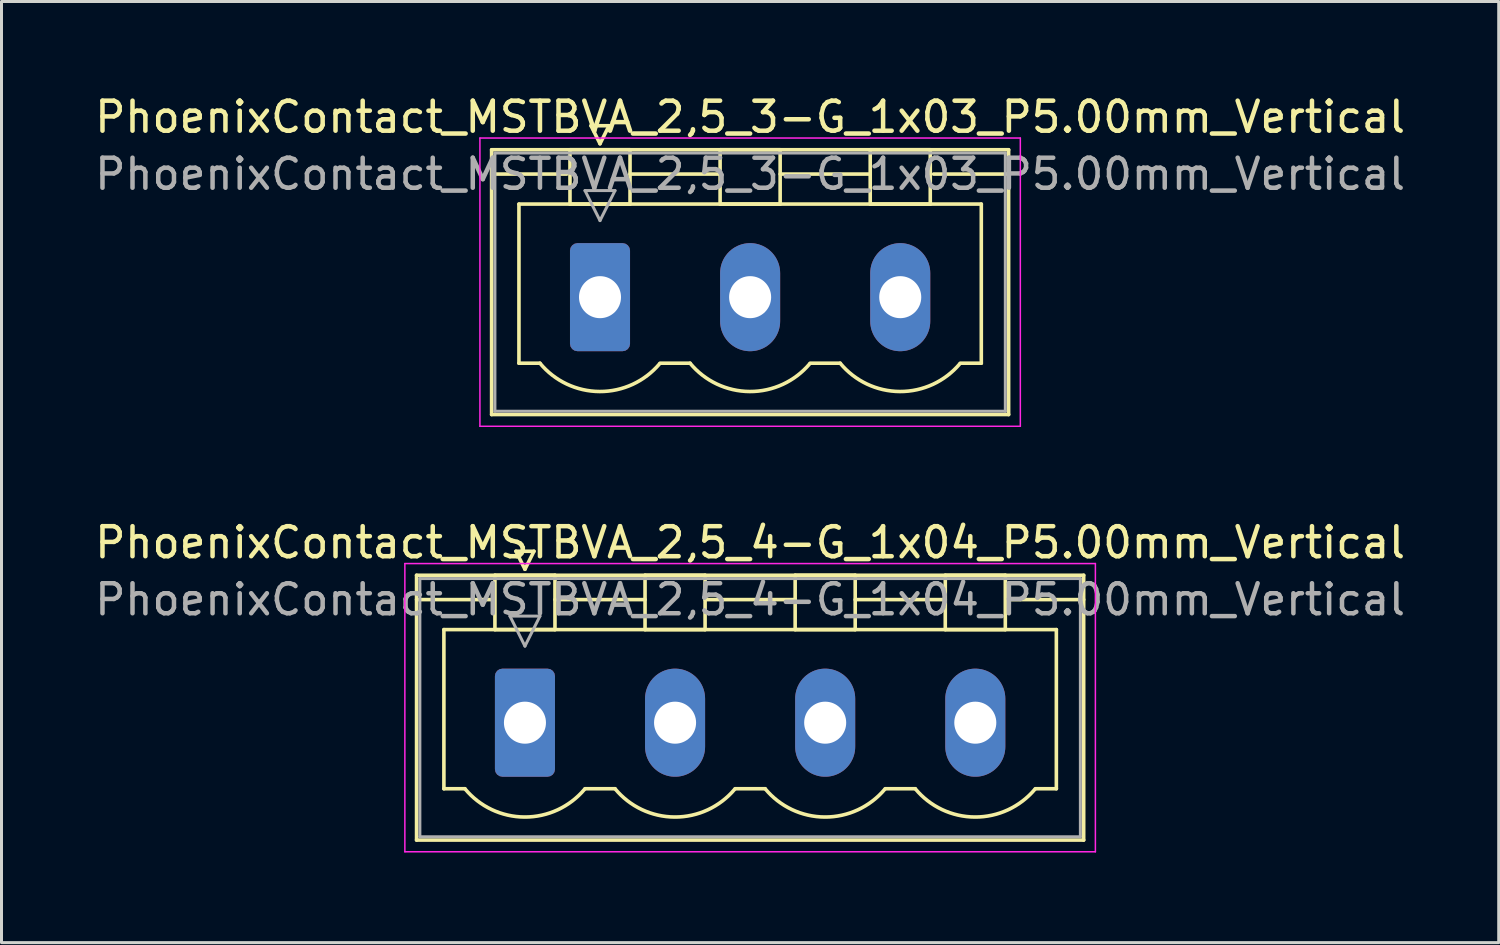
<source format=kicad_pcb>
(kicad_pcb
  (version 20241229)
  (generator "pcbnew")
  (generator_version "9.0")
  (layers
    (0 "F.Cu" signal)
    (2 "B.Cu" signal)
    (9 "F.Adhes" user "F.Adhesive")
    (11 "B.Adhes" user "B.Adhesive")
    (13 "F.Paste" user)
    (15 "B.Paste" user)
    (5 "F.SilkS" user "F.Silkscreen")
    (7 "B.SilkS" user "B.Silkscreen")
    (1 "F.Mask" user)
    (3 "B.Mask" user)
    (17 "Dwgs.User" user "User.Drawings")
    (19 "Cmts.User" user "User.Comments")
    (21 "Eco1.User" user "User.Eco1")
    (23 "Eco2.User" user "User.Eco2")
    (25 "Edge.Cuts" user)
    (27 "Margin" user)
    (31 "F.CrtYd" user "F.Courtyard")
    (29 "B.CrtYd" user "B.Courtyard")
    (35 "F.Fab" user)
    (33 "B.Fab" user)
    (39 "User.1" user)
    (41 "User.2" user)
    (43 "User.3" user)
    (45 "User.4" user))
  (footprint "PhoenixContact_MSTBVA_2,5_3-G_1x03_P5.00mm_Vertical"
    (layer "F.Cu")
    (at 16.935 6.848)
    (property "Reference" "PhoenixContact_MSTBVA_2,5_3-G_1x03_P5.00mm_Vertical" (at 5 -6 0) (layer "F.SilkS") (effects (font (size 1 1) (thickness 0.15))))
    (attr through_hole)
    (fp_line (start -3.61 -4.91) (end -3.61 3.91) (stroke (width 0.12) (type solid)) (layer "F.SilkS"))
    (fp_line (start -3.61 -4.1) (end -1.11 -4.1) (stroke (width 0.12) (type solid)) (layer "F.SilkS"))
    (fp_line (start -3.61 3.91) (end 13.61 3.91) (stroke (width 0.12) (type solid)) (layer "F.SilkS"))
    (fp_line (start -2.7 -3.1) (end 12.7 -3.1) (stroke (width 0.12) (type solid)) (layer "F.SilkS"))
    (fp_line (start -2.7 2.2) (end -2.7 -3.1) (stroke (width 0.12) (type solid)) (layer "F.SilkS"))
    (fp_line (start -2 2.2) (end -2.7 2.2) (stroke (width 0.12) (type solid)) (layer "F.SilkS"))
    (fp_line (start -1 -4.91) (end 1 -4.91) (stroke (width 0.12) (type solid)) (layer "F.SilkS"))
    (fp_line (start -1 -3.1) (end -1 -4.91) (stroke (width 0.12) (type solid)) (layer "F.SilkS"))
    (fp_line (start -0.3 -5.71) (end 0.3 -5.71) (stroke (width 0.12) (type solid)) (layer "F.SilkS"))
    (fp_line (start 0 -5.11) (end -0.3 -5.71) (stroke (width 0.12) (type solid)) (layer "F.SilkS"))
    (fp_line (start 0.3 -5.71) (end 0 -5.11) (stroke (width 0.12) (type solid)) (layer "F.SilkS"))
    (fp_line (start 1 -4.91) (end 1 -3.1) (stroke (width 0.12) (type solid)) (layer "F.SilkS"))
    (fp_line (start 1 -4.1) (end 4 -4.1) (stroke (width 0.12) (type solid)) (layer "F.SilkS"))
    (fp_line (start 1 -3.1) (end -1 -3.1) (stroke (width 0.12) (type solid)) (layer "F.SilkS"))
    (fp_line (start 2 2.2) (end 3 2.2) (stroke (width 0.12) (type solid)) (layer "F.SilkS"))
    (fp_line (start 4 -4.91) (end 6 -4.91) (stroke (width 0.12) (type solid)) (layer "F.SilkS"))
    (fp_line (start 4 -3.1) (end 4 -4.91) (stroke (width 0.12) (type solid)) (layer "F.SilkS"))
    (fp_line (start 6 -4.91) (end 6 -3.1) (stroke (width 0.12) (type solid)) (layer "F.SilkS"))
    (fp_line (start 6 -4.1) (end 9 -4.1) (stroke (width 0.12) (type solid)) (layer "F.SilkS"))
    (fp_line (start 6 -3.1) (end 4 -3.1) (stroke (width 0.12) (type solid)) (layer "F.SilkS"))
    (fp_line (start 7 2.2) (end 8 2.2) (stroke (width 0.12) (type solid)) (layer "F.SilkS"))
    (fp_line (start 9 -4.91) (end 11 -4.91) (stroke (width 0.12) (type solid)) (layer "F.SilkS"))
    (fp_line (start 9 -3.1) (end 9 -4.91) (stroke (width 0.12) (type solid)) (layer "F.SilkS"))
    (fp_line (start 11 -4.91) (end 11 -3.1) (stroke (width 0.12) (type solid)) (layer "F.SilkS"))
    (fp_line (start 11 -3.1) (end 9 -3.1) (stroke (width 0.12) (type solid)) (layer "F.SilkS"))
    (fp_line (start 12.7 -3.1) (end 12.7 2.2) (stroke (width 0.12) (type solid)) (layer "F.SilkS"))
    (fp_line (start 12.7 2.2) (end 12 2.2) (stroke (width 0.12) (type solid)) (layer "F.SilkS"))
    (fp_line (start 13.61 -4.91) (end -3.61 -4.91) (stroke (width 0.12) (type solid)) (layer "F.SilkS"))
    (fp_line (start 13.61 -4.1) (end 11.11 -4.1) (stroke (width 0.12) (type solid)) (layer "F.SilkS"))
    (fp_line (start 13.61 3.91) (end 13.61 -4.91) (stroke (width 0.12) (type solid)) (layer "F.SilkS"))
    (fp_arc (start 1.986842 2.215821) (mid -0.010289 3.142758) (end -2 2.2) (stroke (width 0.12) (type solid)) (layer "F.SilkS"))
    (fp_arc (start 6.986842 2.215821) (mid 4.989711 3.142758) (end 3 2.2) (stroke (width 0.12) (type solid)) (layer "F.SilkS"))
    (fp_arc (start 11.986842 2.215821) (mid 9.989711 3.142758) (end 8 2.2) (stroke (width 0.12) (type solid)) (layer "F.SilkS"))
    (fp_line (start -4 -5.3) (end -4 4.3) (stroke (width 0.05) (type solid)) (layer "F.CrtYd"))
    (fp_line (start -4 4.3) (end 14 4.3) (stroke (width 0.05) (type solid)) (layer "F.CrtYd"))
    (fp_line (start 14 -5.3) (end -4 -5.3) (stroke (width 0.05) (type solid)) (layer "F.CrtYd"))
    (fp_line (start 14 4.3) (end 14 -5.3) (stroke (width 0.05) (type solid)) (layer "F.CrtYd"))
    (fp_line (start -3.5 -4.8) (end -3.5 3.8) (stroke (width 0.1) (type solid)) (layer "F.Fab"))
    (fp_line (start -3.5 3.8) (end 13.5 3.8) (stroke (width 0.1) (type solid)) (layer "F.Fab"))
    (fp_line (start -0.5 -3.55) (end 0.5 -3.55) (stroke (width 0.1) (type solid)) (layer "F.Fab"))
    (fp_line (start 0 -2.55) (end -0.5 -3.55) (stroke (width 0.1) (type solid)) (layer "F.Fab"))
    (fp_line (start 0.5 -3.55) (end 0 -2.55) (stroke (width 0.1) (type solid)) (layer "F.Fab"))
    (fp_line (start 13.5 -4.8) (end -3.5 -4.8) (stroke (width 0.1) (type solid)) (layer "F.Fab"))
    (fp_line (start 13.5 3.8) (end 13.5 -4.8) (stroke (width 0.1) (type solid)) (layer "F.Fab"))
    (fp_text user "${REFERENCE}" (at 5 -4.1 0) (layer "F.Fab") (effects (font (size 1 1) (thickness 0.15))))
    (pad "1" thru_hole roundrect (at 0 0) (size 2 3.6) (drill 1.4) (layers "*.Cu" "*.Mask") (roundrect_rratio 0.125))
    (pad "2" thru_hole oval (at 5 0) (size 2 3.6) (drill 1.4) (layers "*.Cu" "*.Mask"))
    (pad "3" thru_hole oval (at 10 0) (size 2 3.6) (drill 1.4) (layers "*.Cu" "*.Mask")))
  (footprint "PhoenixContact_MSTBVA_2,5_4-G_1x04_P5.00mm_Vertical"
    (layer "F.Cu")
    (at 14.435 21.021)
    (property "Reference" "PhoenixContact_MSTBVA_2,5_4-G_1x04_P5.00mm_Vertical" (at 7.5 -6 0) (layer "F.SilkS") (effects (font (size 1 1) (thickness 0.15))))
    (attr through_hole)
    (fp_line (start -3.61 -4.91) (end -3.61 3.91) (stroke (width 0.12) (type solid)) (layer "F.SilkS"))
    (fp_line (start -3.61 -4.1) (end -1.11 -4.1) (stroke (width 0.12) (type solid)) (layer "F.SilkS"))
    (fp_line (start -3.61 3.91) (end 18.61 3.91) (stroke (width 0.12) (type solid)) (layer "F.SilkS"))
    (fp_line (start -2.7 -3.1) (end 17.7 -3.1) (stroke (width 0.12) (type solid)) (layer "F.SilkS"))
    (fp_line (start -2.7 2.2) (end -2.7 -3.1) (stroke (width 0.12) (type solid)) (layer "F.SilkS"))
    (fp_line (start -2 2.2) (end -2.7 2.2) (stroke (width 0.12) (type solid)) (layer "F.SilkS"))
    (fp_line (start -1 -4.91) (end 1 -4.91) (stroke (width 0.12) (type solid)) (layer "F.SilkS"))
    (fp_line (start -1 -3.1) (end -1 -4.91) (stroke (width 0.12) (type solid)) (layer "F.SilkS"))
    (fp_line (start -0.3 -5.71) (end 0.3 -5.71) (stroke (width 0.12) (type solid)) (layer "F.SilkS"))
    (fp_line (start 0 -5.11) (end -0.3 -5.71) (stroke (width 0.12) (type solid)) (layer "F.SilkS"))
    (fp_line (start 0.3 -5.71) (end 0 -5.11) (stroke (width 0.12) (type solid)) (layer "F.SilkS"))
    (fp_line (start 1 -4.91) (end 1 -3.1) (stroke (width 0.12) (type solid)) (layer "F.SilkS"))
    (fp_line (start 1 -4.1) (end 4 -4.1) (stroke (width 0.12) (type solid)) (layer "F.SilkS"))
    (fp_line (start 1 -3.1) (end -1 -3.1) (stroke (width 0.12) (type solid)) (layer "F.SilkS"))
    (fp_line (start 2 2.2) (end 3 2.2) (stroke (width 0.12) (type solid)) (layer "F.SilkS"))
    (fp_line (start 4 -4.91) (end 6 -4.91) (stroke (width 0.12) (type solid)) (layer "F.SilkS"))
    (fp_line (start 4 -3.1) (end 4 -4.91) (stroke (width 0.12) (type solid)) (layer "F.SilkS"))
    (fp_line (start 6 -4.91) (end 6 -3.1) (stroke (width 0.12) (type solid)) (layer "F.SilkS"))
    (fp_line (start 6 -4.1) (end 9 -4.1) (stroke (width 0.12) (type solid)) (layer "F.SilkS"))
    (fp_line (start 6 -3.1) (end 4 -3.1) (stroke (width 0.12) (type solid)) (layer "F.SilkS"))
    (fp_line (start 7 2.2) (end 8 2.2) (stroke (width 0.12) (type solid)) (layer "F.SilkS"))
    (fp_line (start 9 -4.91) (end 11 -4.91) (stroke (width 0.12) (type solid)) (layer "F.SilkS"))
    (fp_line (start 9 -3.1) (end 9 -4.91) (stroke (width 0.12) (type solid)) (layer "F.SilkS"))
    (fp_line (start 11 -4.91) (end 11 -3.1) (stroke (width 0.12) (type solid)) (layer "F.SilkS"))
    (fp_line (start 11 -4.1) (end 14 -4.1) (stroke (width 0.12) (type solid)) (layer "F.SilkS"))
    (fp_line (start 11 -3.1) (end 9 -3.1) (stroke (width 0.12) (type solid)) (layer "F.SilkS"))
    (fp_line (start 12 2.2) (end 13 2.2) (stroke (width 0.12) (type solid)) (layer "F.SilkS"))
    (fp_line (start 14 -4.91) (end 16 -4.91) (stroke (width 0.12) (type solid)) (layer "F.SilkS"))
    (fp_line (start 14 -3.1) (end 14 -4.91) (stroke (width 0.12) (type solid)) (layer "F.SilkS"))
    (fp_line (start 16 -4.91) (end 16 -3.1) (stroke (width 0.12) (type solid)) (layer "F.SilkS"))
    (fp_line (start 16 -3.1) (end 14 -3.1) (stroke (width 0.12) (type solid)) (layer "F.SilkS"))
    (fp_line (start 17.7 -3.1) (end 17.7 2.2) (stroke (width 0.12) (type solid)) (layer "F.SilkS"))
    (fp_line (start 17.7 2.2) (end 17 2.2) (stroke (width 0.12) (type solid)) (layer "F.SilkS"))
    (fp_line (start 18.61 -4.91) (end -3.61 -4.91) (stroke (width 0.12) (type solid)) (layer "F.SilkS"))
    (fp_line (start 18.61 -4.1) (end 16.11 -4.1) (stroke (width 0.12) (type solid)) (layer "F.SilkS"))
    (fp_line (start 18.61 3.91) (end 18.61 -4.91) (stroke (width 0.12) (type solid)) (layer "F.SilkS"))
    (fp_arc (start 1.986842 2.215821) (mid -0.010289 3.142758) (end -2 2.2) (stroke (width 0.12) (type solid)) (layer "F.SilkS"))
    (fp_arc (start 6.986842 2.215821) (mid 4.989711 3.142758) (end 3 2.2) (stroke (width 0.12) (type solid)) (layer "F.SilkS"))
    (fp_arc (start 11.986842 2.215821) (mid 9.989711 3.142758) (end 8 2.2) (stroke (width 0.12) (type solid)) (layer "F.SilkS"))
    (fp_arc (start 16.986842 2.215821) (mid 14.989711 3.142758) (end 13 2.2) (stroke (width 0.12) (type solid)) (layer "F.SilkS"))
    (fp_line (start -4 -5.3) (end -4 4.3) (stroke (width 0.05) (type solid)) (layer "F.CrtYd"))
    (fp_line (start -4 4.3) (end 19 4.3) (stroke (width 0.05) (type solid)) (layer "F.CrtYd"))
    (fp_line (start 19 -5.3) (end -4 -5.3) (stroke (width 0.05) (type solid)) (layer "F.CrtYd"))
    (fp_line (start 19 4.3) (end 19 -5.3) (stroke (width 0.05) (type solid)) (layer "F.CrtYd"))
    (fp_line (start -3.5 -4.8) (end -3.5 3.8) (stroke (width 0.1) (type solid)) (layer "F.Fab"))
    (fp_line (start -3.5 3.8) (end 18.5 3.8) (stroke (width 0.1) (type solid)) (layer "F.Fab"))
    (fp_line (start -0.5 -3.55) (end 0.5 -3.55) (stroke (width 0.1) (type solid)) (layer "F.Fab"))
    (fp_line (start 0 -2.55) (end -0.5 -3.55) (stroke (width 0.1) (type solid)) (layer "F.Fab"))
    (fp_line (start 0.5 -3.55) (end 0 -2.55) (stroke (width 0.1) (type solid)) (layer "F.Fab"))
    (fp_line (start 18.5 -4.8) (end -3.5 -4.8) (stroke (width 0.1) (type solid)) (layer "F.Fab"))
    (fp_line (start 18.5 3.8) (end 18.5 -4.8) (stroke (width 0.1) (type solid)) (layer "F.Fab"))
    (fp_text user "${REFERENCE}" (at 7.5 -4.1 0) (layer "F.Fab") (effects (font (size 1 1) (thickness 0.15))))
    (pad "1" thru_hole roundrect (at 0 0) (size 2 3.6) (drill 1.4) (layers "*.Cu" "*.Mask") (roundrect_rratio 0.125))
    (pad "2" thru_hole oval (at 5 0) (size 2 3.6) (drill 1.4) (layers "*.Cu" "*.Mask"))
    (pad "3" thru_hole oval (at 10 0) (size 2 3.6) (drill 1.4) (layers "*.Cu" "*.Mask"))
    (pad "4" thru_hole oval (at 15 0) (size 2 3.6) (drill 1.4) (layers "*.Cu" "*.Mask")))
  (gr_rect
    (start -3 -3)
    (end 46.869 28.346)
    (stroke (width 0.1) (type default))
    (fill no)
    (layer "Edge.Cuts")))
</source>
